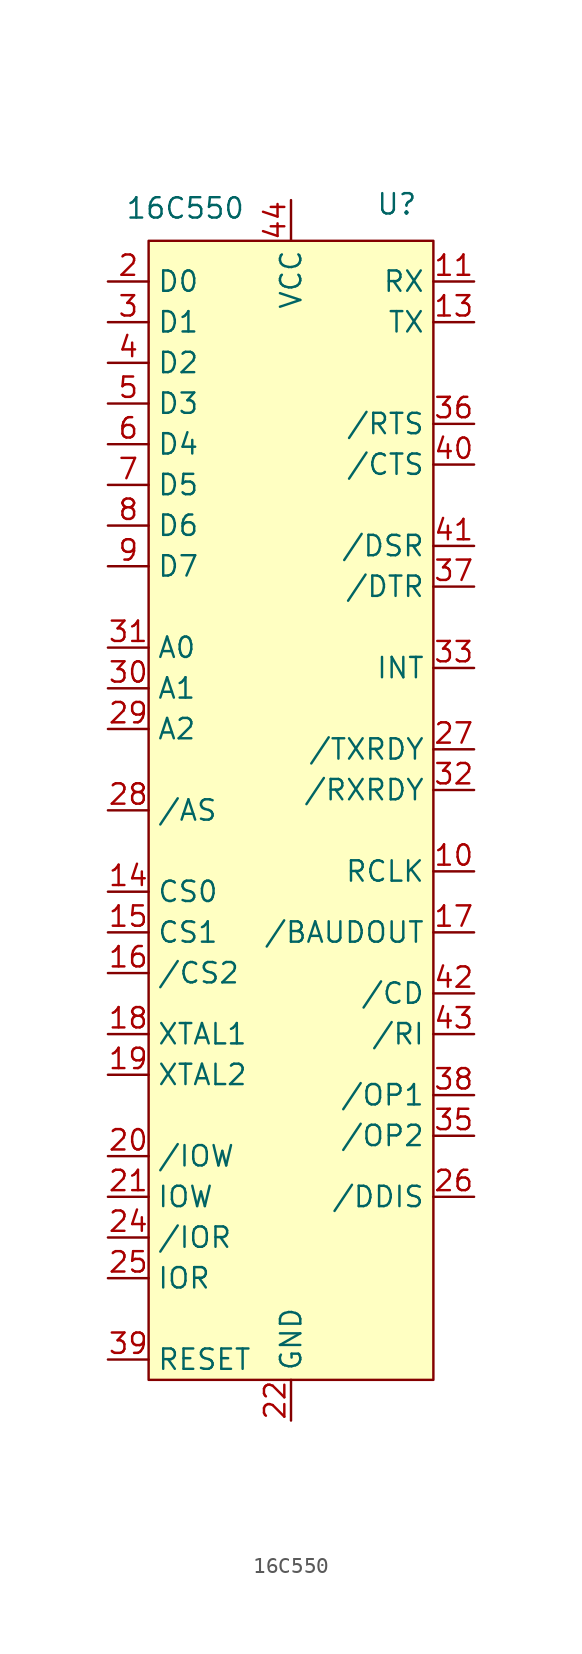
<source format=kicad_sym>
(kicad_symbol_lib
  (version 20231120)
  (generator "kicad_symbol_editor")
  (generator_version "8.0")
  (symbol "16C550"
    (property "Reference" "U"
      (at 6.604 35.306 0)
      (effects (font (size 1.27 1.27))))
    (property "Value" "16C550"
      (at -6.604 35.052 0)
      (effects (font (size 1.27 1.27))))
    (symbol "16C550_1_1"
      (rectangle (start -8.89 33.02) (end 8.89 -38.1) (stroke (width 0) (type default)) (fill (type background)))
      (pin no_connect line (at 11.43 -29.21 180) (length 2.54) hide (name "NC" (effects (font (size 1.27 1.27)))) (number "1" (effects (font (size 1.27 1.27)))))
      (pin input line (at 11.43 -6.35 180) (length 2.54) (name "RCLK" (effects (font (size 1.27 1.27)))) (number "10" (effects (font (size 1.27 1.27)))))
      (pin input line (at 11.43 30.48 180) (length 2.54) (name "RX" (effects (font (size 1.27 1.27)))) (number "11" (effects (font (size 1.27 1.27)))))
      (pin no_connect line (at 11.43 -31.75 180) (length 2.54) hide (name "NC" (effects (font (size 1.27 1.27)))) (number "12" (effects (font (size 1.27 1.27)))))
      (pin output line (at 11.43 27.94 180) (length 2.54) (name "TX" (effects (font (size 1.27 1.27)))) (number "13" (effects (font (size 1.27 1.27)))))
      (pin input line (at -11.43 -7.62 0) (length 2.54) (name "CS0" (effects (font (size 1.27 1.27)))) (number "14" (effects (font (size 1.27 1.27)))))
      (pin input line (at -11.43 -10.16 0) (length 2.54) (name "CS1" (effects (font (size 1.27 1.27)))) (number "15" (effects (font (size 1.27 1.27)))))
      (pin input line (at -11.43 -12.7 0) (length 2.54) (name "/CS2" (effects (font (size 1.27 1.27)))) (number "16" (effects (font (size 1.27 1.27)))))
      (pin output line (at 11.43 -10.16 180) (length 2.54) (name "/BAUDOUT" (effects (font (size 1.27 1.27)))) (number "17" (effects (font (size 1.27 1.27)))))
      (pin input line (at -11.43 -16.51 0) (length 2.54) (name "XTAL1" (effects (font (size 1.27 1.27)))) (number "18" (effects (font (size 1.27 1.27)))))
      (pin output line (at -11.43 -19.05 0) (length 2.54) (name "XTAL2" (effects (font (size 1.27 1.27)))) (number "19" (effects (font (size 1.27 1.27)))))
      (pin bidirectional line (at -11.43 30.48 0) (length 2.54) (name "D0" (effects (font (size 1.27 1.27)))) (number "2" (effects (font (size 1.27 1.27)))))
      (pin input line (at -11.43 -24.13 0) (length 2.54) (name "/IOW" (effects (font (size 1.27 1.27)))) (number "20" (effects (font (size 1.27 1.27)))))
      (pin input line (at -11.43 -26.67 0) (length 2.54) (name "IOW" (effects (font (size 1.27 1.27)))) (number "21" (effects (font (size 1.27 1.27)))))
      (pin power_in line (at 0 -40.64 90) (length 2.54) (name "GND" (effects (font (size 1.27 1.27)))) (number "22" (effects (font (size 1.27 1.27)))))
      (pin no_connect line (at 11.43 -34.29 180) (length 2.54) hide (name "NC" (effects (font (size 1.27 1.27)))) (number "23" (effects (font (size 1.27 1.27)))))
      (pin input line (at -11.43 -29.21 0) (length 2.54) (name "/IOR" (effects (font (size 1.27 1.27)))) (number "24" (effects (font (size 1.27 1.27)))))
      (pin input line (at -11.43 -31.75 0) (length 2.54) (name "IOR" (effects (font (size 1.27 1.27)))) (number "25" (effects (font (size 1.27 1.27)))))
      (pin output line (at 11.43 -26.67 180) (length 2.54) (name "/DDIS" (effects (font (size 1.27 1.27)))) (number "26" (effects (font (size 1.27 1.27)))))
      (pin output line (at 11.43 1.27 180) (length 2.54) (name "/TXRDY" (effects (font (size 1.27 1.27)))) (number "27" (effects (font (size 1.27 1.27)))))
      (pin input line (at -11.43 -2.54 0) (length 2.54) (name "/AS" (effects (font (size 1.27 1.27)))) (number "28" (effects (font (size 1.27 1.27)))))
      (pin input line (at -11.43 2.54 0) (length 2.54) (name "A2" (effects (font (size 1.27 1.27)))) (number "29" (effects (font (size 1.27 1.27)))))
      (pin bidirectional line (at -11.43 27.94 0) (length 2.54) (name "D1" (effects (font (size 1.27 1.27)))) (number "3" (effects (font (size 1.27 1.27)))))
      (pin input line (at -11.43 5.08 0) (length 2.54) (name "A1" (effects (font (size 1.27 1.27)))) (number "30" (effects (font (size 1.27 1.27)))))
      (pin input line (at -11.43 7.62 0) (length 2.54) (name "A0" (effects (font (size 1.27 1.27)))) (number "31" (effects (font (size 1.27 1.27)))))
      (pin output line (at 11.43 -1.27 180) (length 2.54) (name "/RXRDY" (effects (font (size 1.27 1.27)))) (number "32" (effects (font (size 1.27 1.27)))))
      (pin output line (at 11.43 6.35 180) (length 2.54) (name "INT" (effects (font (size 1.27 1.27)))) (number "33" (effects (font (size 1.27 1.27)))))
      (pin no_connect line (at 11.43 -36.83 180) (length 2.54) hide (name "NC" (effects (font (size 1.27 1.27)))) (number "34" (effects (font (size 1.27 1.27)))))
      (pin output line (at 11.43 -22.86 180) (length 2.54) (name "/OP2" (effects (font (size 1.27 1.27)))) (number "35" (effects (font (size 1.27 1.27)))))
      (pin output line (at 11.43 21.59 180) (length 2.54) (name "/RTS" (effects (font (size 1.27 1.27)))) (number "36" (effects (font (size 1.27 1.27)))))
      (pin output line (at 11.43 11.43 180) (length 2.54) (name "/DTR" (effects (font (size 1.27 1.27)))) (number "37" (effects (font (size 1.27 1.27)))))
      (pin output line (at 11.43 -20.32 180) (length 2.54) (name "/OP1" (effects (font (size 1.27 1.27)))) (number "38" (effects (font (size 1.27 1.27)))))
      (pin input line (at -11.43 -36.83 0) (length 2.54) (name "RESET" (effects (font (size 1.27 1.27)))) (number "39" (effects (font (size 1.27 1.27)))))
      (pin bidirectional line (at -11.43 25.4 0) (length 2.54) (name "D2" (effects (font (size 1.27 1.27)))) (number "4" (effects (font (size 1.27 1.27)))))
      (pin input line (at 11.43 19.05 180) (length 2.54) (name "/CTS" (effects (font (size 1.27 1.27)))) (number "40" (effects (font (size 1.27 1.27)))))
      (pin input line (at 11.43 13.97 180) (length 2.54) (name "/DSR" (effects (font (size 1.27 1.27)))) (number "41" (effects (font (size 1.27 1.27)))))
      (pin input line (at 11.43 -13.97 180) (length 2.54) (name "/CD" (effects (font (size 1.27 1.27)))) (number "42" (effects (font (size 1.27 1.27)))))
      (pin input line (at 11.43 -16.51 180) (length 2.54) (name "/RI" (effects (font (size 1.27 1.27)))) (number "43" (effects (font (size 1.27 1.27)))))
      (pin power_in line (at 0 35.56 270) (length 2.54) (name "VCC" (effects (font (size 1.27 1.27)))) (number "44" (effects (font (size 1.27 1.27)))))
      (pin bidirectional line (at -11.43 22.86 0) (length 2.54) (name "D3" (effects (font (size 1.27 1.27)))) (number "5" (effects (font (size 1.27 1.27)))))
      (pin bidirectional line (at -11.43 20.32 0) (length 2.54) (name "D4" (effects (font (size 1.27 1.27)))) (number "6" (effects (font (size 1.27 1.27)))))
      (pin bidirectional line (at -11.43 17.78 0) (length 2.54) (name "D5" (effects (font (size 1.27 1.27)))) (number "7" (effects (font (size 1.27 1.27)))))
      (pin bidirectional line (at -11.43 15.24 0) (length 2.54) (name "D6" (effects (font (size 1.27 1.27)))) (number "8" (effects (font (size 1.27 1.27)))))
      (pin bidirectional line (at -11.43 12.7 0) (length 2.54) (name "D7" (effects (font (size 1.27 1.27)))) (number "9" (effects (font (size 1.27 1.27))))))))
</source>
